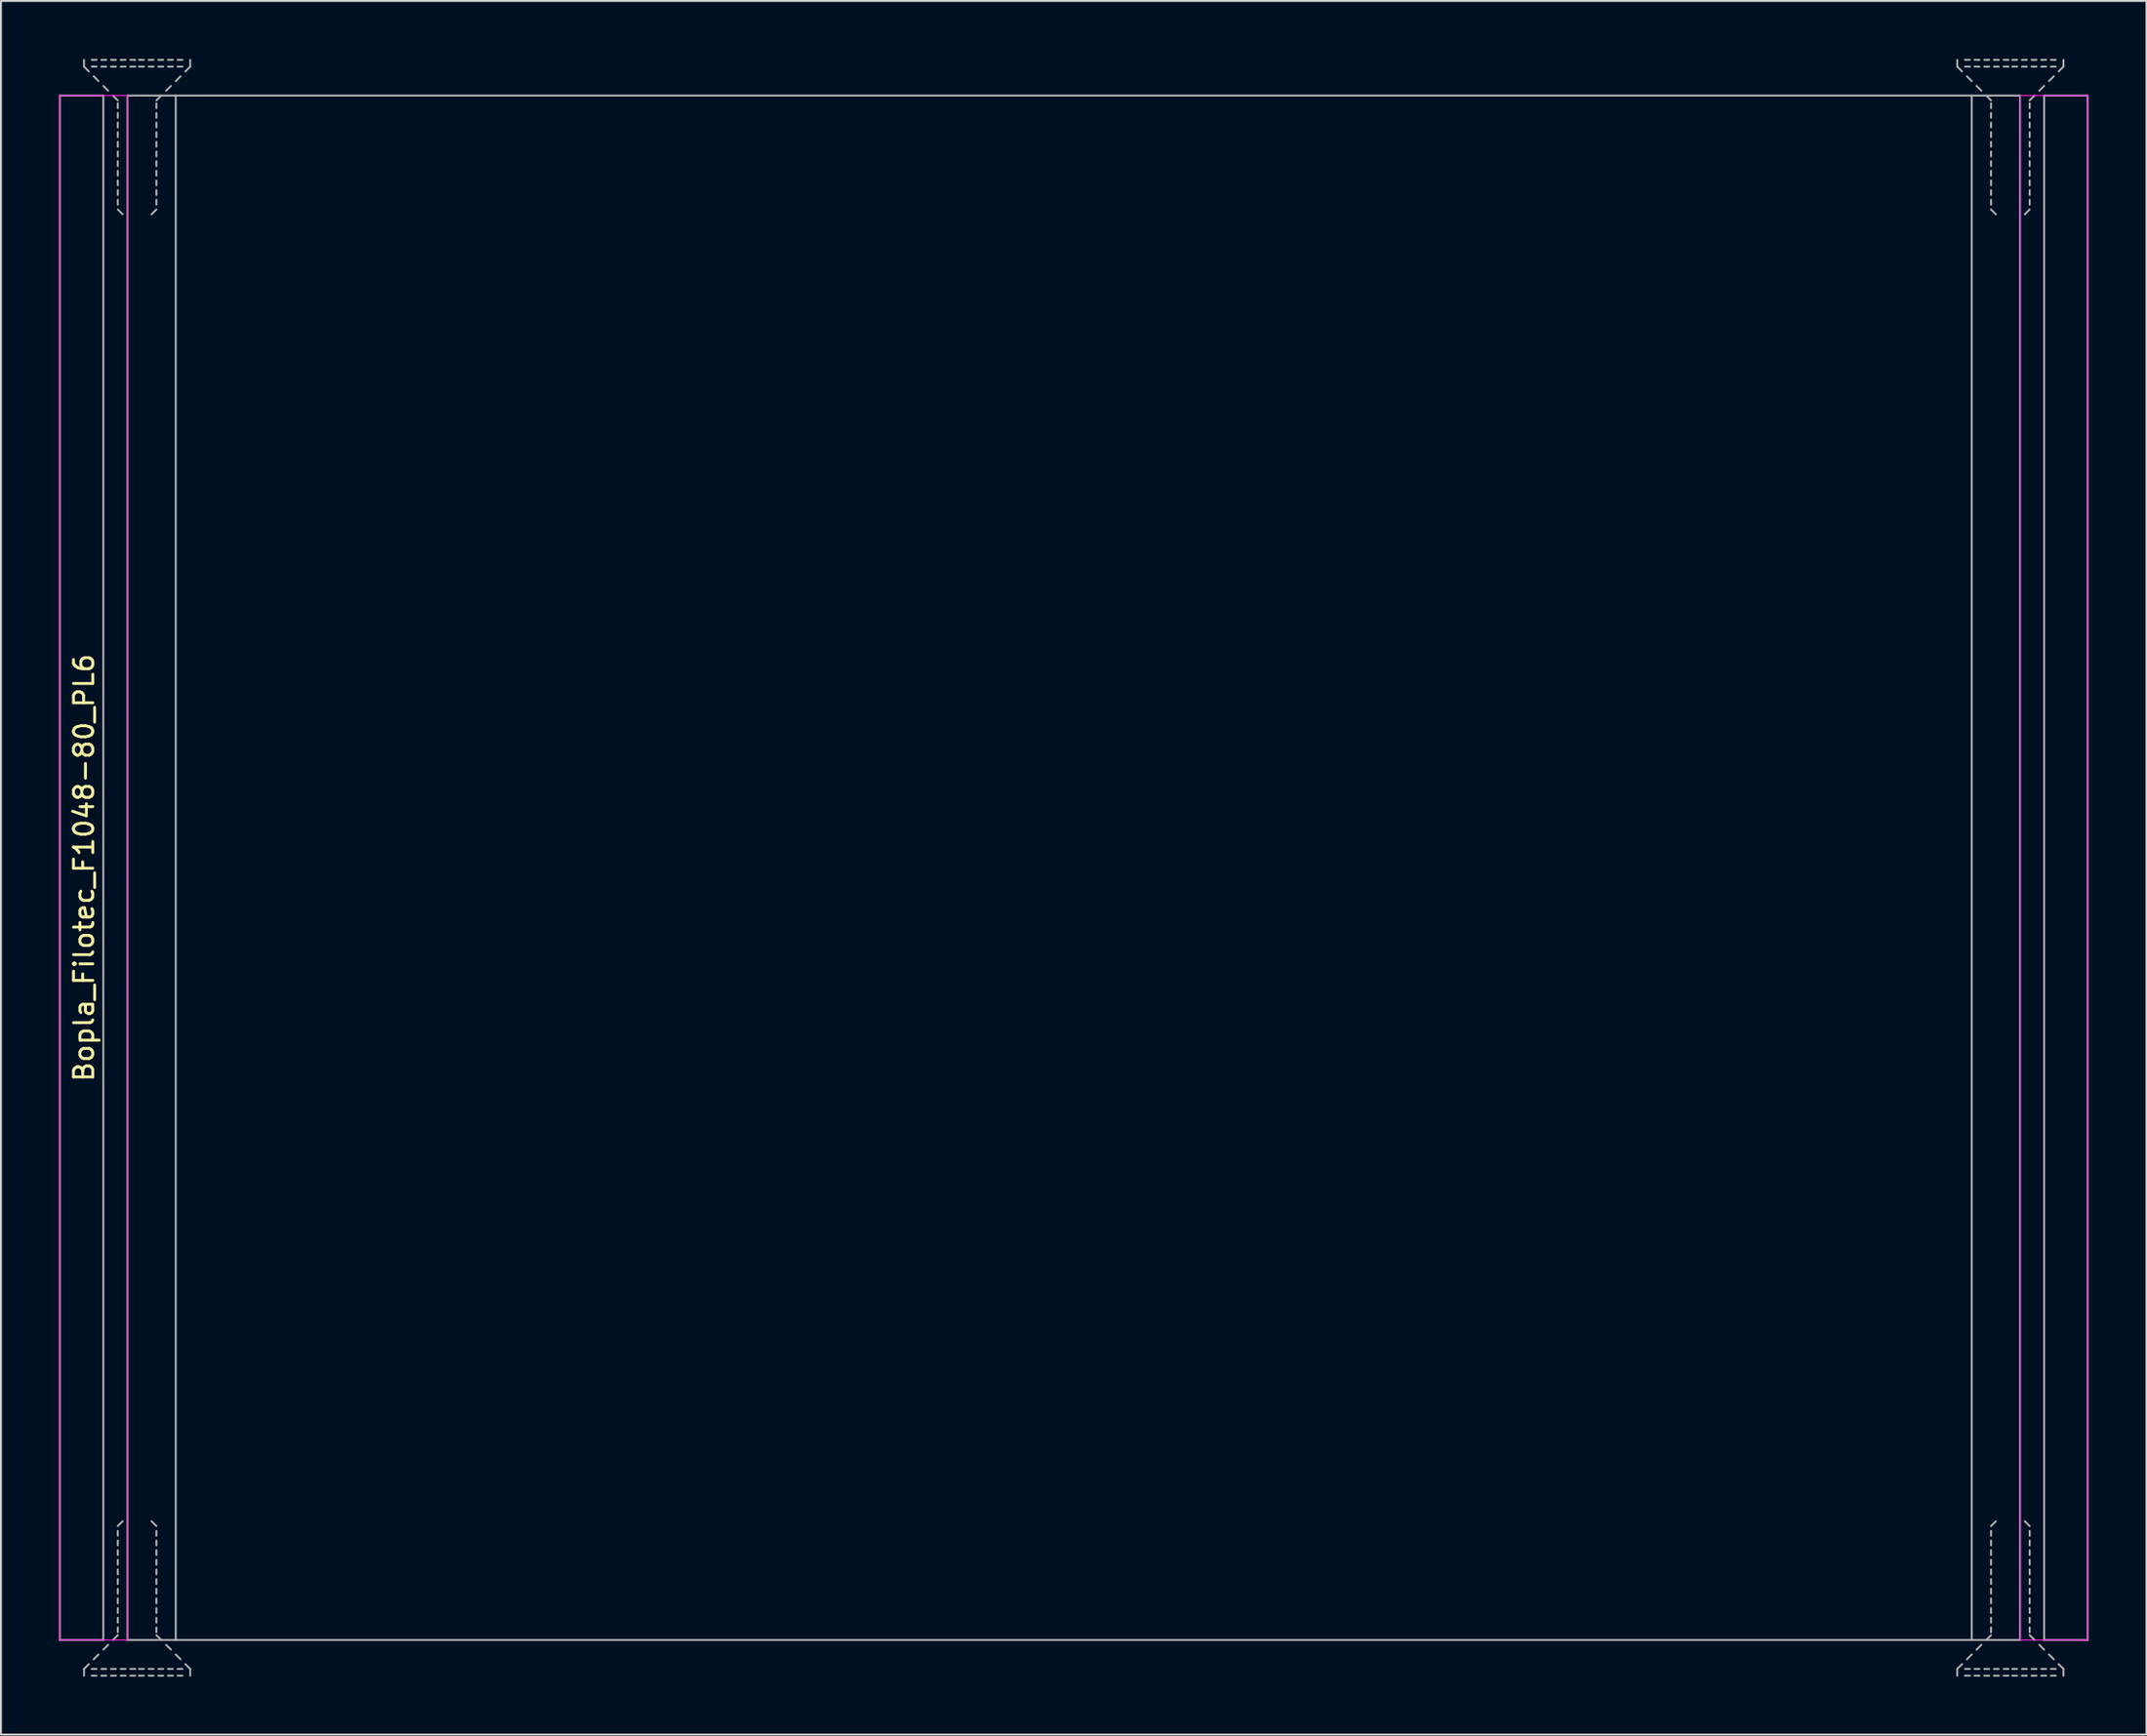
<source format=kicad_pcb>
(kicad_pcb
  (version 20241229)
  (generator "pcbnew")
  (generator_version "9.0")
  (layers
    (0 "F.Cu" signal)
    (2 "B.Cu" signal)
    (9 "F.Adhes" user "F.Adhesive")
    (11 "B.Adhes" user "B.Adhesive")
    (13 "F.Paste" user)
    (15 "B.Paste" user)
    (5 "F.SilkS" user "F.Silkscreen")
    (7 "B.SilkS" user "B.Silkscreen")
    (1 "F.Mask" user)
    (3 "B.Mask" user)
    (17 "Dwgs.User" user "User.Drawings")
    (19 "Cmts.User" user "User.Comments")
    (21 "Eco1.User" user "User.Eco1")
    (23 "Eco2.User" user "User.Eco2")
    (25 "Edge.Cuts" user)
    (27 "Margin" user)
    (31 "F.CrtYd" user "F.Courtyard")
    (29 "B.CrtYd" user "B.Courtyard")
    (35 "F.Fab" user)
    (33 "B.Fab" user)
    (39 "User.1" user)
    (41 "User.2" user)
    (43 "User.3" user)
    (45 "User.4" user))
  (footprint "Bopla_Filotec_F1048-80_PL6"
    (layer "F.Cu")
    (at 52.55 41.9)
    (property "Reference" "Bopla_Filotec_F1048-80_PL6" (at -51.25 0 90) (layer "F.SilkS") (effects (font (size 1 1) (thickness 0.15))))
    (attr exclude_from_pos_files exclude_from_bom)
    (fp_line (start -52.5 -40) (end -52.5 40) (stroke (width 0.05) (type solid)) (layer "F.CrtYd"))
    (fp_line (start -52.5 40) (end -49 40) (stroke (width 0.05) (type solid)) (layer "F.CrtYd"))
    (fp_line (start -49 -40) (end -52.5 -40) (stroke (width 0.05) (type solid)) (layer "F.CrtYd"))
    (fp_line (start -49 40) (end -49 -40) (stroke (width 0.05) (type solid)) (layer "F.CrtYd"))
    (fp_line (start 49 -40) (end 52.5 -40) (stroke (width 0.05) (type solid)) (layer "F.CrtYd"))
    (fp_line (start 49 40) (end 49 -40) (stroke (width 0.05) (type solid)) (layer "F.CrtYd"))
    (fp_line (start 52.5 -40) (end 52.5 40) (stroke (width 0.05) (type solid)) (layer "F.CrtYd"))
    (fp_line (start 52.5 40) (end 49 40) (stroke (width 0.05) (type solid)) (layer "F.CrtYd"))
    (fp_line (start -52.5 -40) (end -52.5 40) (stroke (width 0.1) (type solid)) (layer "F.Fab"))
    (fp_line (start -52.5 -40) (end -50.25 -40) (stroke (width 0.1) (type solid)) (layer "F.Fab"))
    (fp_line (start -52.5 40) (end -50.25 40) (stroke (width 0.1) (type solid)) (layer "F.Fab"))
    (fp_line (start -51.25 -41.5) (end -51.25 -41.85) (stroke (width 0.1) (type solid)) (layer "F.Fab"))
    (fp_line (start -51.25 -41.5) (end -51 -41.25) (stroke (width 0.1) (type solid)) (layer "F.Fab"))
    (fp_line (start -51.25 41.5) (end -51.25 41.85) (stroke (width 0.1) (type solid)) (layer "F.Fab"))
    (fp_line (start -51.25 41.5) (end -51 41.25) (stroke (width 0.1) (type solid)) (layer "F.Fab"))
    (fp_line (start -50.75 -41) (end -50.5 -40.75) (stroke (width 0.1) (type solid)) (layer "F.Fab"))
    (fp_line (start -50.75 41) (end -50.5 40.75) (stroke (width 0.1) (type solid)) (layer "F.Fab"))
    (fp_line (start -50.6 -41.85) (end -50.85 -41.85) (stroke (width 0.1) (type solid)) (layer "F.Fab"))
    (fp_line (start -50.6 -41.5) (end -50.85 -41.5) (stroke (width 0.1) (type solid)) (layer "F.Fab"))
    (fp_line (start -50.6 41.5) (end -50.85 41.5) (stroke (width 0.1) (type solid)) (layer "F.Fab"))
    (fp_line (start -50.6 41.85) (end -50.85 41.85) (stroke (width 0.1) (type solid)) (layer "F.Fab"))
    (fp_line (start -50.25 -40.5) (end -50 -40.25) (stroke (width 0.1) (type solid)) (layer "F.Fab"))
    (fp_line (start -50.25 -40) (end -50.25 40) (stroke (width 0.1) (type solid)) (layer "F.Fab"))
    (fp_line (start -50.25 40.5) (end -50 40.25) (stroke (width 0.1) (type solid)) (layer "F.Fab"))
    (fp_line (start -50.1 -41.85) (end -50.35 -41.85) (stroke (width 0.1) (type solid)) (layer "F.Fab"))
    (fp_line (start -50.1 -41.5) (end -50.35 -41.5) (stroke (width 0.1) (type solid)) (layer "F.Fab"))
    (fp_line (start -50.1 41.5) (end -50.35 41.5) (stroke (width 0.1) (type solid)) (layer "F.Fab"))
    (fp_line (start -50.1 41.85) (end -50.35 41.85) (stroke (width 0.1) (type solid)) (layer "F.Fab"))
    (fp_line (start -49.75 -40) (end -49.5 -39.75) (stroke (width 0.1) (type solid)) (layer "F.Fab"))
    (fp_line (start -49.75 40) (end -49.5 39.75) (stroke (width 0.1) (type solid)) (layer "F.Fab"))
    (fp_line (start -49.6 -41.85) (end -49.85 -41.85) (stroke (width 0.1) (type solid)) (layer "F.Fab"))
    (fp_line (start -49.6 -41.5) (end -49.85 -41.5) (stroke (width 0.1) (type solid)) (layer "F.Fab"))
    (fp_line (start -49.6 41.5) (end -49.85 41.5) (stroke (width 0.1) (type solid)) (layer "F.Fab"))
    (fp_line (start -49.6 41.85) (end -49.85 41.85) (stroke (width 0.1) (type solid)) (layer "F.Fab"))
    (fp_line (start -49.5 -39.6) (end -49.5 -39.35) (stroke (width 0.1) (type solid)) (layer "F.Fab"))
    (fp_line (start -49.5 -39.1) (end -49.5 -38.85) (stroke (width 0.1) (type solid)) (layer "F.Fab"))
    (fp_line (start -49.5 -38.6) (end -49.5 -38.35) (stroke (width 0.1) (type solid)) (layer "F.Fab"))
    (fp_line (start -49.5 -38.1) (end -49.5 -37.85) (stroke (width 0.1) (type solid)) (layer "F.Fab"))
    (fp_line (start -49.5 -37.6) (end -49.5 -37.35) (stroke (width 0.1) (type solid)) (layer "F.Fab"))
    (fp_line (start -49.5 -37.1) (end -49.5 -36.85) (stroke (width 0.1) (type solid)) (layer "F.Fab"))
    (fp_line (start -49.5 -36.6) (end -49.5 -36.35) (stroke (width 0.1) (type solid)) (layer "F.Fab"))
    (fp_line (start -49.5 -36.1) (end -49.5 -35.85) (stroke (width 0.1) (type solid)) (layer "F.Fab"))
    (fp_line (start -49.5 -35.6) (end -49.5 -35.35) (stroke (width 0.1) (type solid)) (layer "F.Fab"))
    (fp_line (start -49.5 -35.1) (end -49.5 -34.85) (stroke (width 0.1) (type solid)) (layer "F.Fab"))
    (fp_line (start -49.5 -34.6) (end -49.5 -34.35) (stroke (width 0.1) (type solid)) (layer "F.Fab"))
    (fp_line (start -49.5 -34.1) (end -49.25 -33.85) (stroke (width 0.1) (type solid)) (layer "F.Fab"))
    (fp_line (start -49.5 34.1) (end -49.25 33.85) (stroke (width 0.1) (type solid)) (layer "F.Fab"))
    (fp_line (start -49.5 34.6) (end -49.5 34.35) (stroke (width 0.1) (type solid)) (layer "F.Fab"))
    (fp_line (start -49.5 35.1) (end -49.5 34.85) (stroke (width 0.1) (type solid)) (layer "F.Fab"))
    (fp_line (start -49.5 35.6) (end -49.5 35.35) (stroke (width 0.1) (type solid)) (layer "F.Fab"))
    (fp_line (start -49.5 36.1) (end -49.5 35.85) (stroke (width 0.1) (type solid)) (layer "F.Fab"))
    (fp_line (start -49.5 36.6) (end -49.5 36.35) (stroke (width 0.1) (type solid)) (layer "F.Fab"))
    (fp_line (start -49.5 37.1) (end -49.5 36.85) (stroke (width 0.1) (type solid)) (layer "F.Fab"))
    (fp_line (start -49.5 37.6) (end -49.5 37.35) (stroke (width 0.1) (type solid)) (layer "F.Fab"))
    (fp_line (start -49.5 38.1) (end -49.5 37.85) (stroke (width 0.1) (type solid)) (layer "F.Fab"))
    (fp_line (start -49.5 38.6) (end -49.5 38.35) (stroke (width 0.1) (type solid)) (layer "F.Fab"))
    (fp_line (start -49.5 39.1) (end -49.5 38.85) (stroke (width 0.1) (type solid)) (layer "F.Fab"))
    (fp_line (start -49.5 39.6) (end -49.5 39.35) (stroke (width 0.1) (type solid)) (layer "F.Fab"))
    (fp_line (start -49.1 -41.85) (end -49.35 -41.85) (stroke (width 0.1) (type solid)) (layer "F.Fab"))
    (fp_line (start -49.1 -41.5) (end -49.35 -41.5) (stroke (width 0.1) (type solid)) (layer "F.Fab"))
    (fp_line (start -49.1 41.5) (end -49.35 41.5) (stroke (width 0.1) (type solid)) (layer "F.Fab"))
    (fp_line (start -49.1 41.85) (end -49.35 41.85) (stroke (width 0.1) (type solid)) (layer "F.Fab"))
    (fp_line (start -49 -40) (end -46.5 -40) (stroke (width 0.1) (type solid)) (layer "F.Fab"))
    (fp_line (start -49 40) (end -49 -40) (stroke (width 0.1) (type solid)) (layer "F.Fab"))
    (fp_line (start -49 40) (end -46.5 40) (stroke (width 0.1) (type solid)) (layer "F.Fab"))
    (fp_line (start -48.6 -41.85) (end -48.85 -41.85) (stroke (width 0.1) (type solid)) (layer "F.Fab"))
    (fp_line (start -48.6 -41.5) (end -48.85 -41.5) (stroke (width 0.1) (type solid)) (layer "F.Fab"))
    (fp_line (start -48.6 41.5) (end -48.85 41.5) (stroke (width 0.1) (type solid)) (layer "F.Fab"))
    (fp_line (start -48.6 41.85) (end -48.85 41.85) (stroke (width 0.1) (type solid)) (layer "F.Fab"))
    (fp_line (start -48.15 -41.85) (end -48.4 -41.85) (stroke (width 0.1) (type solid)) (layer "F.Fab"))
    (fp_line (start -48.15 -41.5) (end -48.4 -41.5) (stroke (width 0.1) (type solid)) (layer "F.Fab"))
    (fp_line (start -48.15 41.5) (end -48.4 41.5) (stroke (width 0.1) (type solid)) (layer "F.Fab"))
    (fp_line (start -48.15 41.85) (end -48.4 41.85) (stroke (width 0.1) (type solid)) (layer "F.Fab"))
    (fp_line (start -47.65 -41.85) (end -47.9 -41.85) (stroke (width 0.1) (type solid)) (layer "F.Fab"))
    (fp_line (start -47.65 -41.5) (end -47.9 -41.5) (stroke (width 0.1) (type solid)) (layer "F.Fab"))
    (fp_line (start -47.65 41.5) (end -47.9 41.5) (stroke (width 0.1) (type solid)) (layer "F.Fab"))
    (fp_line (start -47.65 41.85) (end -47.9 41.85) (stroke (width 0.1) (type solid)) (layer "F.Fab"))
    (fp_line (start -47.5 -39.6) (end -47.5 -39.35) (stroke (width 0.1) (type solid)) (layer "F.Fab"))
    (fp_line (start -47.5 -39.1) (end -47.5 -38.85) (stroke (width 0.1) (type solid)) (layer "F.Fab"))
    (fp_line (start -47.5 -38.6) (end -47.5 -38.35) (stroke (width 0.1) (type solid)) (layer "F.Fab"))
    (fp_line (start -47.5 -38.1) (end -47.5 -37.85) (stroke (width 0.1) (type solid)) (layer "F.Fab"))
    (fp_line (start -47.5 -37.6) (end -47.5 -37.35) (stroke (width 0.1) (type solid)) (layer "F.Fab"))
    (fp_line (start -47.5 -37.1) (end -47.5 -36.85) (stroke (width 0.1) (type solid)) (layer "F.Fab"))
    (fp_line (start -47.5 -36.6) (end -47.5 -36.35) (stroke (width 0.1) (type solid)) (layer "F.Fab"))
    (fp_line (start -47.5 -36.1) (end -47.5 -35.85) (stroke (width 0.1) (type solid)) (layer "F.Fab"))
    (fp_line (start -47.5 -35.6) (end -47.5 -35.35) (stroke (width 0.1) (type solid)) (layer "F.Fab"))
    (fp_line (start -47.5 -35.1) (end -47.5 -34.85) (stroke (width 0.1) (type solid)) (layer "F.Fab"))
    (fp_line (start -47.5 -34.6) (end -47.5 -34.35) (stroke (width 0.1) (type solid)) (layer "F.Fab"))
    (fp_line (start -47.5 -34.1) (end -47.75 -33.85) (stroke (width 0.1) (type solid)) (layer "F.Fab"))
    (fp_line (start -47.5 34.1) (end -47.75 33.85) (stroke (width 0.1) (type solid)) (layer "F.Fab"))
    (fp_line (start -47.5 34.6) (end -47.5 34.35) (stroke (width 0.1) (type solid)) (layer "F.Fab"))
    (fp_line (start -47.5 35.1) (end -47.5 34.85) (stroke (width 0.1) (type solid)) (layer "F.Fab"))
    (fp_line (start -47.5 35.6) (end -47.5 35.35) (stroke (width 0.1) (type solid)) (layer "F.Fab"))
    (fp_line (start -47.5 36.1) (end -47.5 35.85) (stroke (width 0.1) (type solid)) (layer "F.Fab"))
    (fp_line (start -47.5 36.6) (end -47.5 36.35) (stroke (width 0.1) (type solid)) (layer "F.Fab"))
    (fp_line (start -47.5 37.1) (end -47.5 36.85) (stroke (width 0.1) (type solid)) (layer "F.Fab"))
    (fp_line (start -47.5 37.6) (end -47.5 37.35) (stroke (width 0.1) (type solid)) (layer "F.Fab"))
    (fp_line (start -47.5 38.1) (end -47.5 37.85) (stroke (width 0.1) (type solid)) (layer "F.Fab"))
    (fp_line (start -47.5 38.6) (end -47.5 38.35) (stroke (width 0.1) (type solid)) (layer "F.Fab"))
    (fp_line (start -47.5 39.1) (end -47.5 38.85) (stroke (width 0.1) (type solid)) (layer "F.Fab"))
    (fp_line (start -47.5 39.6) (end -47.5 39.35) (stroke (width 0.1) (type solid)) (layer "F.Fab"))
    (fp_line (start -47.25 -40) (end -47.5 -39.75) (stroke (width 0.1) (type solid)) (layer "F.Fab"))
    (fp_line (start -47.25 40) (end -47.5 39.75) (stroke (width 0.1) (type solid)) (layer "F.Fab"))
    (fp_line (start -47.15 -41.85) (end -47.4 -41.85) (stroke (width 0.1) (type solid)) (layer "F.Fab"))
    (fp_line (start -47.15 -41.5) (end -47.4 -41.5) (stroke (width 0.1) (type solid)) (layer "F.Fab"))
    (fp_line (start -47.15 41.5) (end -47.4 41.5) (stroke (width 0.1) (type solid)) (layer "F.Fab"))
    (fp_line (start -47.15 41.85) (end -47.4 41.85) (stroke (width 0.1) (type solid)) (layer "F.Fab"))
    (fp_line (start -46.75 -40.5) (end -47 -40.25) (stroke (width 0.1) (type solid)) (layer "F.Fab"))
    (fp_line (start -46.75 40.5) (end -47 40.25) (stroke (width 0.1) (type solid)) (layer "F.Fab"))
    (fp_line (start -46.65 -41.85) (end -46.9 -41.85) (stroke (width 0.1) (type solid)) (layer "F.Fab"))
    (fp_line (start -46.65 -41.5) (end -46.9 -41.5) (stroke (width 0.1) (type solid)) (layer "F.Fab"))
    (fp_line (start -46.65 41.5) (end -46.9 41.5) (stroke (width 0.1) (type solid)) (layer "F.Fab"))
    (fp_line (start -46.65 41.85) (end -46.9 41.85) (stroke (width 0.1) (type solid)) (layer "F.Fab"))
    (fp_line (start -46.5 40) (end -46.5 -40) (stroke (width 0.1) (type solid)) (layer "F.Fab"))
    (fp_line (start -46.5 40) (end 46.5 40) (stroke (width 0.1) (type solid)) (layer "F.Fab"))
    (fp_line (start -46.25 -41) (end -46.5 -40.75) (stroke (width 0.1) (type solid)) (layer "F.Fab"))
    (fp_line (start -46.25 41) (end -46.5 40.75) (stroke (width 0.1) (type solid)) (layer "F.Fab"))
    (fp_line (start -46.15 -41.85) (end -46.4 -41.85) (stroke (width 0.1) (type solid)) (layer "F.Fab"))
    (fp_line (start -46.15 -41.5) (end -46.4 -41.5) (stroke (width 0.1) (type solid)) (layer "F.Fab"))
    (fp_line (start -46.15 41.5) (end -46.4 41.5) (stroke (width 0.1) (type solid)) (layer "F.Fab"))
    (fp_line (start -46.15 41.85) (end -46.4 41.85) (stroke (width 0.1) (type solid)) (layer "F.Fab"))
    (fp_line (start -45.75 -41.5) (end -46 -41.25) (stroke (width 0.1) (type solid)) (layer "F.Fab"))
    (fp_line (start -45.75 -41.5) (end -45.75 -41.85) (stroke (width 0.1) (type solid)) (layer "F.Fab"))
    (fp_line (start -45.75 41.5) (end -46 41.25) (stroke (width 0.1) (type solid)) (layer "F.Fab"))
    (fp_line (start -45.75 41.5) (end -45.75 41.85) (stroke (width 0.1) (type solid)) (layer "F.Fab"))
    (fp_line (start 45.75 -41.5) (end 45.75 -41.85) (stroke (width 0.1) (type solid)) (layer "F.Fab"))
    (fp_line (start 45.75 -41.5) (end 46 -41.25) (stroke (width 0.1) (type solid)) (layer "F.Fab"))
    (fp_line (start 45.75 41.5) (end 45.75 41.85) (stroke (width 0.1) (type solid)) (layer "F.Fab"))
    (fp_line (start 45.75 41.5) (end 46 41.25) (stroke (width 0.1) (type solid)) (layer "F.Fab"))
    (fp_line (start 46.25 -41) (end 46.5 -40.75) (stroke (width 0.1) (type solid)) (layer "F.Fab"))
    (fp_line (start 46.25 41) (end 46.5 40.75) (stroke (width 0.1) (type solid)) (layer "F.Fab"))
    (fp_line (start 46.4 -41.85) (end 46.15 -41.85) (stroke (width 0.1) (type solid)) (layer "F.Fab"))
    (fp_line (start 46.4 -41.5) (end 46.15 -41.5) (stroke (width 0.1) (type solid)) (layer "F.Fab"))
    (fp_line (start 46.4 41.5) (end 46.15 41.5) (stroke (width 0.1) (type solid)) (layer "F.Fab"))
    (fp_line (start 46.4 41.85) (end 46.15 41.85) (stroke (width 0.1) (type solid)) (layer "F.Fab"))
    (fp_line (start 46.5 -40) (end -46.5 -40) (stroke (width 0.1) (type solid)) (layer "F.Fab"))
    (fp_line (start 46.5 -40) (end 46.5 40) (stroke (width 0.1) (type solid)) (layer "F.Fab"))
    (fp_line (start 46.75 -40.5) (end 47 -40.25) (stroke (width 0.1) (type solid)) (layer "F.Fab"))
    (fp_line (start 46.75 40.5) (end 47 40.25) (stroke (width 0.1) (type solid)) (layer "F.Fab"))
    (fp_line (start 46.9 -41.85) (end 46.65 -41.85) (stroke (width 0.1) (type solid)) (layer "F.Fab"))
    (fp_line (start 46.9 -41.5) (end 46.65 -41.5) (stroke (width 0.1) (type solid)) (layer "F.Fab"))
    (fp_line (start 46.9 41.5) (end 46.65 41.5) (stroke (width 0.1) (type solid)) (layer "F.Fab"))
    (fp_line (start 46.9 41.85) (end 46.65 41.85) (stroke (width 0.1) (type solid)) (layer "F.Fab"))
    (fp_line (start 47.25 -40) (end 47.5 -39.75) (stroke (width 0.1) (type solid)) (layer "F.Fab"))
    (fp_line (start 47.25 40) (end 47.5 39.75) (stroke (width 0.1) (type solid)) (layer "F.Fab"))
    (fp_line (start 47.4 -41.85) (end 47.15 -41.85) (stroke (width 0.1) (type solid)) (layer "F.Fab"))
    (fp_line (start 47.4 -41.5) (end 47.15 -41.5) (stroke (width 0.1) (type solid)) (layer "F.Fab"))
    (fp_line (start 47.4 41.5) (end 47.15 41.5) (stroke (width 0.1) (type solid)) (layer "F.Fab"))
    (fp_line (start 47.4 41.85) (end 47.15 41.85) (stroke (width 0.1) (type solid)) (layer "F.Fab"))
    (fp_line (start 47.5 -39.6) (end 47.5 -39.35) (stroke (width 0.1) (type solid)) (layer "F.Fab"))
    (fp_line (start 47.5 -39.1) (end 47.5 -38.85) (stroke (width 0.1) (type solid)) (layer "F.Fab"))
    (fp_line (start 47.5 -38.6) (end 47.5 -38.35) (stroke (width 0.1) (type solid)) (layer "F.Fab"))
    (fp_line (start 47.5 -38.1) (end 47.5 -37.85) (stroke (width 0.1) (type solid)) (layer "F.Fab"))
    (fp_line (start 47.5 -37.6) (end 47.5 -37.35) (stroke (width 0.1) (type solid)) (layer "F.Fab"))
    (fp_line (start 47.5 -37.1) (end 47.5 -36.85) (stroke (width 0.1) (type solid)) (layer "F.Fab"))
    (fp_line (start 47.5 -36.6) (end 47.5 -36.35) (stroke (width 0.1) (type solid)) (layer "F.Fab"))
    (fp_line (start 47.5 -36.1) (end 47.5 -35.85) (stroke (width 0.1) (type solid)) (layer "F.Fab"))
    (fp_line (start 47.5 -35.6) (end 47.5 -35.35) (stroke (width 0.1) (type solid)) (layer "F.Fab"))
    (fp_line (start 47.5 -35.1) (end 47.5 -34.85) (stroke (width 0.1) (type solid)) (layer "F.Fab"))
    (fp_line (start 47.5 -34.6) (end 47.5 -34.35) (stroke (width 0.1) (type solid)) (layer "F.Fab"))
    (fp_line (start 47.5 -34.1) (end 47.75 -33.85) (stroke (width 0.1) (type solid)) (layer "F.Fab"))
    (fp_line (start 47.5 34.1) (end 47.75 33.85) (stroke (width 0.1) (type solid)) (layer "F.Fab"))
    (fp_line (start 47.5 34.6) (end 47.5 34.35) (stroke (width 0.1) (type solid)) (layer "F.Fab"))
    (fp_line (start 47.5 35.1) (end 47.5 34.85) (stroke (width 0.1) (type solid)) (layer "F.Fab"))
    (fp_line (start 47.5 35.6) (end 47.5 35.35) (stroke (width 0.1) (type solid)) (layer "F.Fab"))
    (fp_line (start 47.5 36.1) (end 47.5 35.85) (stroke (width 0.1) (type solid)) (layer "F.Fab"))
    (fp_line (start 47.5 36.6) (end 47.5 36.35) (stroke (width 0.1) (type solid)) (layer "F.Fab"))
    (fp_line (start 47.5 37.1) (end 47.5 36.85) (stroke (width 0.1) (type solid)) (layer "F.Fab"))
    (fp_line (start 47.5 37.6) (end 47.5 37.35) (stroke (width 0.1) (type solid)) (layer "F.Fab"))
    (fp_line (start 47.5 38.1) (end 47.5 37.85) (stroke (width 0.1) (type solid)) (layer "F.Fab"))
    (fp_line (start 47.5 38.6) (end 47.5 38.35) (stroke (width 0.1) (type solid)) (layer "F.Fab"))
    (fp_line (start 47.5 39.1) (end 47.5 38.85) (stroke (width 0.1) (type solid)) (layer "F.Fab"))
    (fp_line (start 47.5 39.6) (end 47.5 39.35) (stroke (width 0.1) (type solid)) (layer "F.Fab"))
    (fp_line (start 47.9 -41.85) (end 47.65 -41.85) (stroke (width 0.1) (type solid)) (layer "F.Fab"))
    (fp_line (start 47.9 -41.5) (end 47.65 -41.5) (stroke (width 0.1) (type solid)) (layer "F.Fab"))
    (fp_line (start 47.9 41.5) (end 47.65 41.5) (stroke (width 0.1) (type solid)) (layer "F.Fab"))
    (fp_line (start 47.9 41.85) (end 47.65 41.85) (stroke (width 0.1) (type solid)) (layer "F.Fab"))
    (fp_line (start 48.4 -41.85) (end 48.15 -41.85) (stroke (width 0.1) (type solid)) (layer "F.Fab"))
    (fp_line (start 48.4 -41.5) (end 48.15 -41.5) (stroke (width 0.1) (type solid)) (layer "F.Fab"))
    (fp_line (start 48.4 41.5) (end 48.15 41.5) (stroke (width 0.1) (type solid)) (layer "F.Fab"))
    (fp_line (start 48.4 41.85) (end 48.15 41.85) (stroke (width 0.1) (type solid)) (layer "F.Fab"))
    (fp_line (start 48.85 -41.85) (end 48.6 -41.85) (stroke (width 0.1) (type solid)) (layer "F.Fab"))
    (fp_line (start 48.85 -41.5) (end 48.6 -41.5) (stroke (width 0.1) (type solid)) (layer "F.Fab"))
    (fp_line (start 48.85 41.5) (end 48.6 41.5) (stroke (width 0.1) (type solid)) (layer "F.Fab"))
    (fp_line (start 48.85 41.85) (end 48.6 41.85) (stroke (width 0.1) (type solid)) (layer "F.Fab"))
    (fp_line (start 49 -40) (end 46.5 -40) (stroke (width 0.1) (type solid)) (layer "F.Fab"))
    (fp_line (start 49 -40) (end 49 40) (stroke (width 0.1) (type solid)) (layer "F.Fab"))
    (fp_line (start 49 40) (end 46.5 40) (stroke (width 0.1) (type solid)) (layer "F.Fab"))
    (fp_line (start 49.35 -41.85) (end 49.1 -41.85) (stroke (width 0.1) (type solid)) (layer "F.Fab"))
    (fp_line (start 49.35 -41.5) (end 49.1 -41.5) (stroke (width 0.1) (type solid)) (layer "F.Fab"))
    (fp_line (start 49.35 41.5) (end 49.1 41.5) (stroke (width 0.1) (type solid)) (layer "F.Fab"))
    (fp_line (start 49.35 41.85) (end 49.1 41.85) (stroke (width 0.1) (type solid)) (layer "F.Fab"))
    (fp_line (start 49.5 -39.6) (end 49.5 -39.35) (stroke (width 0.1) (type solid)) (layer "F.Fab"))
    (fp_line (start 49.5 -39.1) (end 49.5 -38.85) (stroke (width 0.1) (type solid)) (layer "F.Fab"))
    (fp_line (start 49.5 -38.6) (end 49.5 -38.35) (stroke (width 0.1) (type solid)) (layer "F.Fab"))
    (fp_line (start 49.5 -38.1) (end 49.5 -37.85) (stroke (width 0.1) (type solid)) (layer "F.Fab"))
    (fp_line (start 49.5 -37.6) (end 49.5 -37.35) (stroke (width 0.1) (type solid)) (layer "F.Fab"))
    (fp_line (start 49.5 -37.1) (end 49.5 -36.85) (stroke (width 0.1) (type solid)) (layer "F.Fab"))
    (fp_line (start 49.5 -36.6) (end 49.5 -36.35) (stroke (width 0.1) (type solid)) (layer "F.Fab"))
    (fp_line (start 49.5 -36.1) (end 49.5 -35.85) (stroke (width 0.1) (type solid)) (layer "F.Fab"))
    (fp_line (start 49.5 -35.6) (end 49.5 -35.35) (stroke (width 0.1) (type solid)) (layer "F.Fab"))
    (fp_line (start 49.5 -35.1) (end 49.5 -34.85) (stroke (width 0.1) (type solid)) (layer "F.Fab"))
    (fp_line (start 49.5 -34.6) (end 49.5 -34.35) (stroke (width 0.1) (type solid)) (layer "F.Fab"))
    (fp_line (start 49.5 -34.1) (end 49.25 -33.85) (stroke (width 0.1) (type solid)) (layer "F.Fab"))
    (fp_line (start 49.5 34.1) (end 49.25 33.85) (stroke (width 0.1) (type solid)) (layer "F.Fab"))
    (fp_line (start 49.5 34.6) (end 49.5 34.35) (stroke (width 0.1) (type solid)) (layer "F.Fab"))
    (fp_line (start 49.5 35.1) (end 49.5 34.85) (stroke (width 0.1) (type solid)) (layer "F.Fab"))
    (fp_line (start 49.5 35.6) (end 49.5 35.35) (stroke (width 0.1) (type solid)) (layer "F.Fab"))
    (fp_line (start 49.5 36.1) (end 49.5 35.85) (stroke (width 0.1) (type solid)) (layer "F.Fab"))
    (fp_line (start 49.5 36.6) (end 49.5 36.35) (stroke (width 0.1) (type solid)) (layer "F.Fab"))
    (fp_line (start 49.5 37.1) (end 49.5 36.85) (stroke (width 0.1) (type solid)) (layer "F.Fab"))
    (fp_line (start 49.5 37.6) (end 49.5 37.35) (stroke (width 0.1) (type solid)) (layer "F.Fab"))
    (fp_line (start 49.5 38.1) (end 49.5 37.85) (stroke (width 0.1) (type solid)) (layer "F.Fab"))
    (fp_line (start 49.5 38.6) (end 49.5 38.35) (stroke (width 0.1) (type solid)) (layer "F.Fab"))
    (fp_line (start 49.5 39.1) (end 49.5 38.85) (stroke (width 0.1) (type solid)) (layer "F.Fab"))
    (fp_line (start 49.5 39.6) (end 49.5 39.35) (stroke (width 0.1) (type solid)) (layer "F.Fab"))
    (fp_line (start 49.75 -40) (end 49.5 -39.75) (stroke (width 0.1) (type solid)) (layer "F.Fab"))
    (fp_line (start 49.75 40) (end 49.5 39.75) (stroke (width 0.1) (type solid)) (layer "F.Fab"))
    (fp_line (start 49.85 -41.85) (end 49.6 -41.85) (stroke (width 0.1) (type solid)) (layer "F.Fab"))
    (fp_line (start 49.85 -41.5) (end 49.6 -41.5) (stroke (width 0.1) (type solid)) (layer "F.Fab"))
    (fp_line (start 49.85 41.5) (end 49.6 41.5) (stroke (width 0.1) (type solid)) (layer "F.Fab"))
    (fp_line (start 49.85 41.85) (end 49.6 41.85) (stroke (width 0.1) (type solid)) (layer "F.Fab"))
    (fp_line (start 50.25 -40.5) (end 50 -40.25) (stroke (width 0.1) (type solid)) (layer "F.Fab"))
    (fp_line (start 50.25 -40) (end 52.5 -40) (stroke (width 0.1) (type solid)) (layer "F.Fab"))
    (fp_line (start 50.25 40) (end 50.25 -40) (stroke (width 0.1) (type solid)) (layer "F.Fab"))
    (fp_line (start 50.25 40) (end 52.5 40) (stroke (width 0.1) (type solid)) (layer "F.Fab"))
    (fp_line (start 50.25 40.5) (end 50 40.25) (stroke (width 0.1) (type solid)) (layer "F.Fab"))
    (fp_line (start 50.35 -41.85) (end 50.1 -41.85) (stroke (width 0.1) (type solid)) (layer "F.Fab"))
    (fp_line (start 50.35 -41.5) (end 50.1 -41.5) (stroke (width 0.1) (type solid)) (layer "F.Fab"))
    (fp_line (start 50.35 41.5) (end 50.1 41.5) (stroke (width 0.1) (type solid)) (layer "F.Fab"))
    (fp_line (start 50.35 41.85) (end 50.1 41.85) (stroke (width 0.1) (type solid)) (layer "F.Fab"))
    (fp_line (start 50.75 -41) (end 50.5 -40.75) (stroke (width 0.1) (type solid)) (layer "F.Fab"))
    (fp_line (start 50.75 41) (end 50.5 40.75) (stroke (width 0.1) (type solid)) (layer "F.Fab"))
    (fp_line (start 50.85 -41.85) (end 50.6 -41.85) (stroke (width 0.1) (type solid)) (layer "F.Fab"))
    (fp_line (start 50.85 -41.5) (end 50.6 -41.5) (stroke (width 0.1) (type solid)) (layer "F.Fab"))
    (fp_line (start 50.85 41.5) (end 50.6 41.5) (stroke (width 0.1) (type solid)) (layer "F.Fab"))
    (fp_line (start 50.85 41.85) (end 50.6 41.85) (stroke (width 0.1) (type solid)) (layer "F.Fab"))
    (fp_line (start 51.25 -41.5) (end 51 -41.25) (stroke (width 0.1) (type solid)) (layer "F.Fab"))
    (fp_line (start 51.25 -41.5) (end 51.25 -41.85) (stroke (width 0.1) (type solid)) (layer "F.Fab"))
    (fp_line (start 51.25 41.5) (end 51 41.25) (stroke (width 0.1) (type solid)) (layer "F.Fab"))
    (fp_line (start 51.25 41.5) (end 51.25 41.85) (stroke (width 0.1) (type solid)) (layer "F.Fab"))
    (fp_line (start 52.5 -40) (end 52.5 40) (stroke (width 0.1) (type solid)) (layer "F.Fab")))
  (gr_rect
    (start -3 -3)
    (end 108.1 86.8)
    (stroke (width 0.1) (type default))
    (fill no)
    (layer "Edge.Cuts")))
</source>
